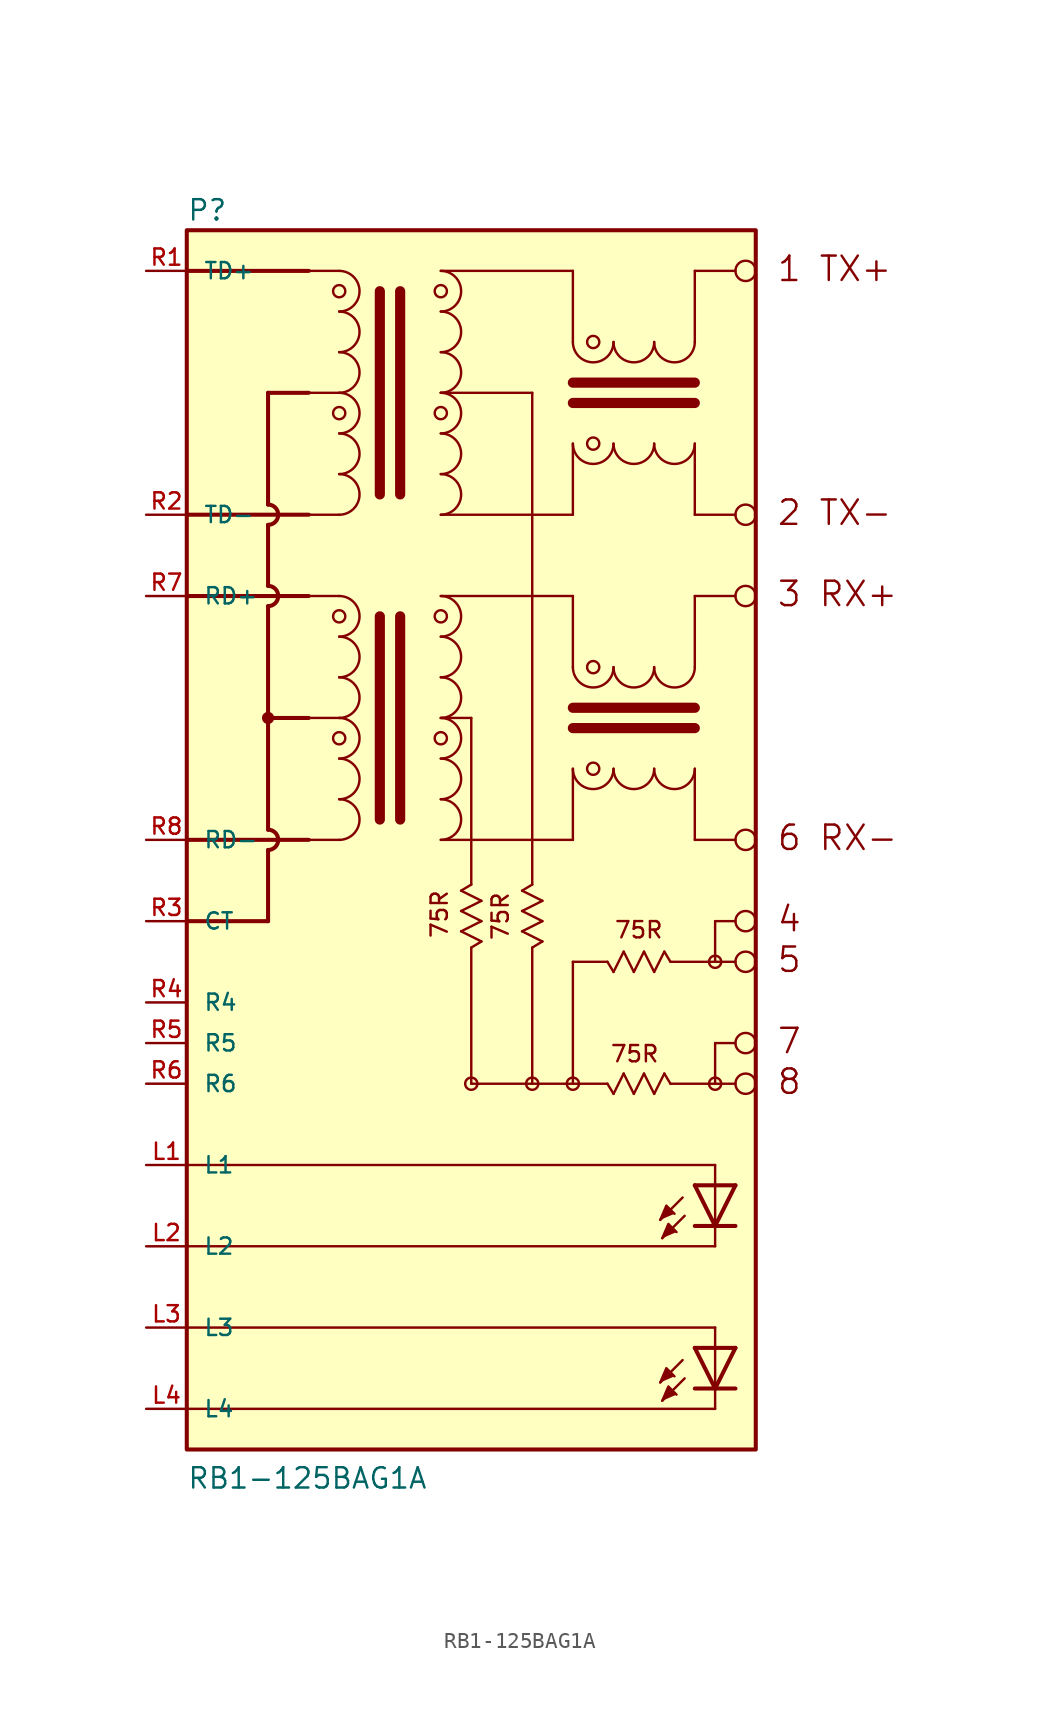
<source format=kicad_sym>
(kicad_symbol_lib
  (version 20220914)
  (generator kicad_symbol_editor)
  (symbol "RB1-125BAG1A"
    (pin_names
      (offset 1.016))
    (property "Reference" "P"
      (at -17.78 38.608 0)
      (effects (font (size 1.27 1.27)) (justify left bottom)))
    (property "Value" "RB1-125BAG1A"
      (at -17.78 -40.64 0)
      (effects (font (size 1.27 1.27)) (justify left bottom)))
    (property "ki_locked" ""
      (at 0 0 0)
      (effects (font (size 1.27 1.27))))
    (symbol "RB1-125BAG1A_0_0"
      (rectangle (start -17.78 38.1) (end 17.78 -38.1) (stroke (width 0.254) (type default)) (fill (type background)))
      (arc (start -12.7 -0.635) (mid -12.251 -0.449) (end -12.065 0) (stroke (width 0.254) (type default)) (fill (type none)))
      (circle (center -12.7 7.62) (radius 0.254) (stroke (width 0.254) (type default)) (fill (type none)))
      (arc (start -12.7 14.605) (mid -12.251 14.791) (end -12.065 15.24) (stroke (width 0.254) (type default)) (fill (type none)))
      (arc (start -12.7 19.685) (mid -12.251 19.871) (end -12.065 20.32) (stroke (width 0.254) (type default)) (fill (type none)))
      (arc (start -12.065 0) (mid -12.251 0.449) (end -12.7 0.635) (stroke (width 0.254) (type default)) (fill (type none)))
      (arc (start -12.065 15.24) (mid -12.251 15.689) (end -12.7 15.875) (stroke (width 0.254) (type default)) (fill (type none)))
      (arc (start -12.065 20.32) (mid -12.251 20.769) (end -12.7 20.955) (stroke (width 0.254) (type default)) (fill (type none)))
      (arc (start -8.255 0) (mid -6.9905 1.27) (end -8.255 2.54) (stroke (width 0.1524) (type default)) (fill (type none)))
      (arc (start -8.255 2.54) (mid -6.9905 3.81) (end -8.255 5.08) (stroke (width 0.1524) (type default)) (fill (type none)))
      (arc (start -8.255 5.08) (mid -6.9905 6.35) (end -8.255 7.62) (stroke (width 0.1524) (type default)) (fill (type none)))
      (circle (center -8.255 6.35) (radius 0.381) (stroke (width 0) (type default)) (fill (type none)))
      (arc (start -8.255 7.62) (mid -6.9905 8.89) (end -8.255 10.16) (stroke (width 0.1524) (type default)) (fill (type none)))
      (arc (start -8.255 10.16) (mid -6.9905 11.43) (end -8.255 12.7) (stroke (width 0.1524) (type default)) (fill (type none)))
      (arc (start -8.255 12.7) (mid -6.9905 13.97) (end -8.255 15.24) (stroke (width 0.1524) (type default)) (fill (type none)))
      (circle (center -8.255 13.97) (radius 0.381) (stroke (width 0) (type default)) (fill (type none)))
      (arc (start -8.255 20.32) (mid -6.9905 21.59) (end -8.255 22.86) (stroke (width 0.1524) (type default)) (fill (type none)))
      (arc (start -8.255 22.86) (mid -6.9905 24.13) (end -8.255 25.4) (stroke (width 0.1524) (type default)) (fill (type none)))
      (arc (start -8.255 25.4) (mid -6.9905 26.67) (end -8.255 27.94) (stroke (width 0.1524) (type default)) (fill (type none)))
      (circle (center -8.255 26.67) (radius 0.381) (stroke (width 0) (type default)) (fill (type none)))
      (arc (start -8.255 27.94) (mid -6.9905 29.21) (end -8.255 30.48) (stroke (width 0.1524) (type default)) (fill (type none)))
      (arc (start -8.255 30.48) (mid -6.9905 31.75) (end -8.255 33.02) (stroke (width 0.1524) (type default)) (fill (type none)))
      (arc (start -8.255 33.02) (mid -6.9905 34.29) (end -8.255 35.56) (stroke (width 0.1524) (type default)) (fill (type none)))
      (circle (center -8.255 34.29) (radius 0.381) (stroke (width 0) (type default)) (fill (type none)))
      (arc (start -1.905 0) (mid -0.6405 1.27) (end -1.905 2.54) (stroke (width 0.1524) (type default)) (fill (type none)))
      (arc (start -1.905 2.54) (mid -0.6405 3.81) (end -1.905 5.08) (stroke (width 0.1524) (type default)) (fill (type none)))
      (arc (start -1.905 5.08) (mid -0.6405 6.35) (end -1.905 7.62) (stroke (width 0.1524) (type default)) (fill (type none)))
      (circle (center -1.905 6.35) (radius 0.381) (stroke (width 0) (type default)) (fill (type none)))
      (arc (start -1.905 7.62) (mid -0.6405 8.89) (end -1.905 10.16) (stroke (width 0.1524) (type default)) (fill (type none)))
      (arc (start -1.905 10.16) (mid -0.6405 11.43) (end -1.905 12.7) (stroke (width 0.1524) (type default)) (fill (type none)))
      (arc (start -1.905 12.7) (mid -0.6405 13.97) (end -1.905 15.24) (stroke (width 0.1524) (type default)) (fill (type none)))
      (circle (center -1.905 13.97) (radius 0.381) (stroke (width 0) (type default)) (fill (type none)))
      (arc (start -1.905 20.32) (mid -0.6405 21.59) (end -1.905 22.86) (stroke (width 0.1524) (type default)) (fill (type none)))
      (arc (start -1.905 22.86) (mid -0.6405 24.13) (end -1.905 25.4) (stroke (width 0.1524) (type default)) (fill (type none)))
      (arc (start -1.905 25.4) (mid -0.6405 26.67) (end -1.905 27.94) (stroke (width 0.1524) (type default)) (fill (type none)))
      (circle (center -1.905 26.67) (radius 0.381) (stroke (width 0) (type default)) (fill (type none)))
      (arc (start -1.905 27.94) (mid -0.6405 29.21) (end -1.905 30.48) (stroke (width 0.1524) (type default)) (fill (type none)))
      (arc (start -1.905 30.48) (mid -0.6405 31.75) (end -1.905 33.02) (stroke (width 0.1524) (type default)) (fill (type none)))
      (arc (start -1.905 33.02) (mid -0.6405 34.29) (end -1.905 35.56) (stroke (width 0.1524) (type default)) (fill (type none)))
      (circle (center -1.905 34.29) (radius 0.381) (stroke (width 0) (type default)) (fill (type none)))
      (circle (center 0 -15.24) (radius 0.381) (stroke (width 0) (type default)) (fill (type none)))
      (polyline (pts (xy -17.78 -35.56) (xy 15.24 -35.56)) (stroke (width 0.152) (type default)) (fill (type none)))
      (polyline (pts (xy -17.78 -30.48) (xy 15.24 -30.48)) (stroke (width 0.152) (type default)) (fill (type none)))
      (polyline (pts (xy -17.78 -25.4) (xy 15.24 -25.4)) (stroke (width 0.152) (type default)) (fill (type none)))
      (polyline (pts (xy -17.78 -20.32) (xy 15.24 -20.32)) (stroke (width 0.152) (type default)) (fill (type none)))
      (polyline (pts (xy -17.78 0) (xy -12.065 0)) (stroke (width 0.254) (type default)) (fill (type none)))
      (polyline (pts (xy -17.78 15.24) (xy -12.065 15.24)) (stroke (width 0.254) (type default)) (fill (type none)))
      (polyline (pts (xy -17.78 20.32) (xy -12.065 20.32)) (stroke (width 0.254) (type default)) (fill (type none)))
      (polyline (pts (xy -17.78 35.56) (xy -10.16 35.56)) (stroke (width 0.254) (type default)) (fill (type none)))
      (polyline (pts (xy -12.7 -5.08) (xy -17.78 -5.08)) (stroke (width 0.254) (type default)) (fill (type none)))
      (polyline (pts (xy -12.7 -0.635) (xy -12.7 -5.08)) (stroke (width 0.254) (type default)) (fill (type none)))
      (polyline (pts (xy -12.7 14.605) (xy -12.7 0.635)) (stroke (width 0.254) (type default)) (fill (type none)))
      (polyline (pts (xy -12.7 19.685) (xy -12.7 15.875)) (stroke (width 0.254) (type default)) (fill (type none)))
      (polyline (pts (xy -12.7 27.94) (xy -12.7 20.955)) (stroke (width 0.254) (type default)) (fill (type none)))
      (polyline (pts (xy -12.065 0) (xy -10.16 0)) (stroke (width 0.254) (type default)) (fill (type none)))
      (polyline (pts (xy -12.065 15.24) (xy -10.16 15.24)) (stroke (width 0.254) (type default)) (fill (type none)))
      (polyline (pts (xy -12.065 20.32) (xy -10.16 20.32)) (stroke (width 0.254) (type default)) (fill (type none)))
      (polyline (pts (xy -10.16 0) (xy -8.255 0)) (stroke (width 0.152) (type default)) (fill (type none)))
      (polyline (pts (xy -10.16 7.62) (xy -12.7 7.62)) (stroke (width 0.254) (type default)) (fill (type none)))
      (polyline (pts (xy -10.16 7.62) (xy -8.255 7.62)) (stroke (width 0.152) (type default)) (fill (type none)))
      (polyline (pts (xy -10.16 15.24) (xy -8.255 15.24)) (stroke (width 0.152) (type default)) (fill (type none)))
      (polyline (pts (xy -10.16 20.32) (xy -8.255 20.32)) (stroke (width 0.152) (type default)) (fill (type none)))
      (polyline (pts (xy -10.16 27.94) (xy -12.7 27.94)) (stroke (width 0.254) (type default)) (fill (type none)))
      (polyline (pts (xy -10.16 27.94) (xy -8.255 27.94)) (stroke (width 0.152) (type default)) (fill (type none)))
      (polyline (pts (xy -10.16 35.56) (xy -8.255 35.56)) (stroke (width 0.152) (type default)) (fill (type none)))
      (polyline (pts (xy -5.715 13.97) (xy -5.715 1.27)) (stroke (width 0.635) (type default)) (fill (type none)))
      (polyline (pts (xy -5.715 34.29) (xy -5.715 21.59)) (stroke (width 0.635) (type default)) (fill (type none)))
      (polyline (pts (xy -4.445 13.97) (xy -4.445 1.27)) (stroke (width 0.635) (type default)) (fill (type none)))
      (polyline (pts (xy -4.445 34.29) (xy -4.445 21.59)) (stroke (width 0.635) (type default)) (fill (type none)))
      (polyline (pts (xy -1.905 7.62) (xy 0 7.62)) (stroke (width 0.152) (type default)) (fill (type none)))
      (polyline (pts (xy -1.905 15.24) (xy 6.35 15.24)) (stroke (width 0.152) (type default)) (fill (type none)))
      (polyline (pts (xy -1.905 27.94) (xy 3.81 27.94)) (stroke (width 0.152) (type default)) (fill (type none)))
      (polyline (pts (xy -1.905 35.56) (xy 6.35 35.56)) (stroke (width 0.152) (type default)) (fill (type none)))
      (polyline (pts (xy -0.635 -5.715) (xy 0.635 -6.35)) (stroke (width 0.152) (type default)) (fill (type none)))
      (polyline (pts (xy -0.635 -4.445) (xy 0.635 -5.08)) (stroke (width 0.152) (type default)) (fill (type none)))
      (polyline (pts (xy -0.635 -3.175) (xy 0.635 -3.81)) (stroke (width 0.152) (type default)) (fill (type none)))
      (polyline (pts (xy 0 -15.24) (xy 3.81 -15.24)) (stroke (width 0.152) (type default)) (fill (type none)))
      (polyline (pts (xy 0 -6.731) (xy 0 -15.24)) (stroke (width 0.152) (type default)) (fill (type none)))
      (polyline (pts (xy 0 -2.794) (xy -0.635 -3.175)) (stroke (width 0.152) (type default)) (fill (type none)))
      (polyline (pts (xy 0 7.62) (xy 0 -2.794)) (stroke (width 0.152) (type default)) (fill (type none)))
      (polyline (pts (xy 0.635 -6.35) (xy 0 -6.731)) (stroke (width 0.152) (type default)) (fill (type none)))
      (polyline (pts (xy 0.635 -5.08) (xy -0.635 -5.715)) (stroke (width 0.152) (type default)) (fill (type none)))
      (polyline (pts (xy 0.635 -3.81) (xy -0.635 -4.445)) (stroke (width 0.152) (type default)) (fill (type none)))
      (polyline (pts (xy 3.175 -5.715) (xy 4.445 -6.35)) (stroke (width 0.152) (type default)) (fill (type none)))
      (polyline (pts (xy 3.175 -4.445) (xy 4.445 -5.08)) (stroke (width 0.152) (type default)) (fill (type none)))
      (polyline (pts (xy 3.175 -3.175) (xy 4.445 -3.81)) (stroke (width 0.152) (type default)) (fill (type none)))
      (polyline (pts (xy 3.81 -15.24) (xy 6.35 -15.24)) (stroke (width 0.152) (type default)) (fill (type none)))
      (polyline (pts (xy 3.81 -6.731) (xy 3.81 -15.24)) (stroke (width 0.152) (type default)) (fill (type none)))
      (polyline (pts (xy 3.81 -2.794) (xy 3.175 -3.175)) (stroke (width 0.152) (type default)) (fill (type none)))
      (polyline (pts (xy 3.81 27.94) (xy 3.81 -2.794)) (stroke (width 0.152) (type default)) (fill (type none)))
      (polyline (pts (xy 4.445 -6.35) (xy 3.81 -6.731)) (stroke (width 0.152) (type default)) (fill (type none)))
      (polyline (pts (xy 4.445 -5.08) (xy 3.175 -5.715)) (stroke (width 0.152) (type default)) (fill (type none)))
      (polyline (pts (xy 4.445 -3.81) (xy 3.175 -4.445)) (stroke (width 0.152) (type default)) (fill (type none)))
      (polyline (pts (xy 6.35 -15.24) (xy 8.509 -15.24)) (stroke (width 0.152) (type default)) (fill (type none)))
      (polyline (pts (xy 6.35 -7.62) (xy 6.35 -15.24)) (stroke (width 0.152) (type default)) (fill (type none)))
      (polyline (pts (xy 6.35 0) (xy -1.905 0)) (stroke (width 0.152) (type default)) (fill (type none)))
      (polyline (pts (xy 6.35 0) (xy 6.35 4.445)) (stroke (width 0.152) (type default)) (fill (type none)))
      (polyline (pts (xy 6.35 6.985) (xy 13.97 6.985)) (stroke (width 0.635) (type default)) (fill (type none)))
      (polyline (pts (xy 6.35 8.255) (xy 13.97 8.255)) (stroke (width 0.635) (type default)) (fill (type none)))
      (polyline (pts (xy 6.35 15.24) (xy 6.35 10.795)) (stroke (width 0.152) (type default)) (fill (type none)))
      (polyline (pts (xy 6.35 20.32) (xy -1.905 20.32)) (stroke (width 0.152) (type default)) (fill (type none)))
      (polyline (pts (xy 6.35 20.32) (xy 6.35 24.765)) (stroke (width 0.152) (type default)) (fill (type none)))
      (polyline (pts (xy 6.35 27.305) (xy 13.97 27.305)) (stroke (width 0.635) (type default)) (fill (type none)))
      (polyline (pts (xy 6.35 28.575) (xy 13.97 28.575)) (stroke (width 0.635) (type default)) (fill (type none)))
      (polyline (pts (xy 6.35 35.56) (xy 6.35 31.115)) (stroke (width 0.152) (type default)) (fill (type none)))
      (polyline (pts (xy 8.509 -15.24) (xy 8.89 -15.875)) (stroke (width 0.152) (type default)) (fill (type none)))
      (polyline (pts (xy 8.509 -7.62) (xy 6.35 -7.62)) (stroke (width 0.152) (type default)) (fill (type none)))
      (polyline (pts (xy 8.509 -7.62) (xy 8.89 -8.255)) (stroke (width 0.152) (type default)) (fill (type none)))
      (polyline (pts (xy 8.89 -15.875) (xy 9.525 -14.605)) (stroke (width 0.152) (type default)) (fill (type none)))
      (polyline (pts (xy 8.89 -8.255) (xy 9.525 -6.985)) (stroke (width 0.152) (type default)) (fill (type none)))
      (polyline (pts (xy 9.525 -14.605) (xy 10.16 -15.875)) (stroke (width 0.152) (type default)) (fill (type none)))
      (polyline (pts (xy 9.525 -6.985) (xy 10.16 -8.255)) (stroke (width 0.152) (type default)) (fill (type none)))
      (polyline (pts (xy 10.16 -15.875) (xy 10.795 -14.605)) (stroke (width 0.152) (type default)) (fill (type none)))
      (polyline (pts (xy 10.16 -8.255) (xy 10.795 -6.985)) (stroke (width 0.152) (type default)) (fill (type none)))
      (polyline (pts (xy 10.795 -14.605) (xy 11.43 -15.875)) (stroke (width 0.152) (type default)) (fill (type none)))
      (polyline (pts (xy 10.795 -6.985) (xy 11.43 -8.255)) (stroke (width 0.152) (type default)) (fill (type none)))
      (polyline (pts (xy 11.43 -15.875) (xy 12.065 -14.605)) (stroke (width 0.152) (type default)) (fill (type none)))
      (polyline (pts (xy 11.43 -8.255) (xy 12.065 -6.985)) (stroke (width 0.152) (type default)) (fill (type none)))
      (polyline (pts (xy 12.065 -14.605) (xy 12.446 -15.24)) (stroke (width 0.152) (type default)) (fill (type none)))
      (polyline (pts (xy 12.065 -6.985) (xy 12.446 -7.62)) (stroke (width 0.152) (type default)) (fill (type none)))
      (polyline (pts (xy 12.446 -15.24) (xy 15.24 -15.24)) (stroke (width 0.152) (type default)) (fill (type none)))
      (polyline (pts (xy 13.208 -32.512) (xy 11.811 -33.909)) (stroke (width 0.152) (type default)) (fill (type none)))
      (polyline (pts (xy 13.208 -22.352) (xy 11.811 -23.749)) (stroke (width 0.152) (type default)) (fill (type none)))
      (polyline (pts (xy 13.335 -33.655) (xy 11.938 -35.052)) (stroke (width 0.152) (type default)) (fill (type none)))
      (polyline (pts (xy 13.335 -23.495) (xy 11.938 -24.892)) (stroke (width 0.152) (type default)) (fill (type none)))
      (polyline (pts (xy 13.97 0) (xy 16.51 0)) (stroke (width 0.152) (type default)) (fill (type none)))
      (polyline (pts (xy 13.97 4.445) (xy 13.97 0)) (stroke (width 0.152) (type default)) (fill (type none)))
      (polyline (pts (xy 13.97 10.795) (xy 13.97 15.24)) (stroke (width 0.152) (type default)) (fill (type none)))
      (polyline (pts (xy 13.97 15.24) (xy 16.51 15.24)) (stroke (width 0.152) (type default)) (fill (type none)))
      (polyline (pts (xy 13.97 20.32) (xy 16.51 20.32)) (stroke (width 0.152) (type default)) (fill (type none)))
      (polyline (pts (xy 13.97 24.765) (xy 13.97 20.32)) (stroke (width 0.152) (type default)) (fill (type none)))
      (polyline (pts (xy 13.97 31.115) (xy 13.97 35.56)) (stroke (width 0.152) (type default)) (fill (type none)))
      (polyline (pts (xy 13.97 35.56) (xy 16.51 35.56)) (stroke (width 0.152) (type default)) (fill (type none)))
      (polyline (pts (xy 15.24 -35.56) (xy 15.24 -34.29)) (stroke (width 0.152) (type default)) (fill (type none)))
      (polyline (pts (xy 15.24 -34.29) (xy 13.97 -34.29)) (stroke (width 0.254) (type default)) (fill (type none)))
      (polyline (pts (xy 15.24 -34.29) (xy 13.97 -31.75)) (stroke (width 0.254) (type default)) (fill (type none)))
      (polyline (pts (xy 15.24 -31.75) (xy 13.97 -31.75)) (stroke (width 0.254) (type default)) (fill (type none)))
      (polyline (pts (xy 15.24 -31.75) (xy 15.24 -34.29)) (stroke (width 0.152) (type default)) (fill (type none)))
      (polyline (pts (xy 15.24 -30.48) (xy 15.24 -31.75)) (stroke (width 0.152) (type default)) (fill (type none)))
      (polyline (pts (xy 15.24 -25.4) (xy 15.24 -24.13)) (stroke (width 0.152) (type default)) (fill (type none)))
      (polyline (pts (xy 15.24 -24.13) (xy 13.97 -24.13)) (stroke (width 0.254) (type default)) (fill (type none)))
      (polyline (pts (xy 15.24 -24.13) (xy 13.97 -21.59)) (stroke (width 0.254) (type default)) (fill (type none)))
      (polyline (pts (xy 15.24 -21.59) (xy 13.97 -21.59)) (stroke (width 0.254) (type default)) (fill (type none)))
      (polyline (pts (xy 15.24 -21.59) (xy 15.24 -24.13)) (stroke (width 0.152) (type default)) (fill (type none)))
      (polyline (pts (xy 15.24 -20.32) (xy 15.24 -21.59)) (stroke (width 0.152) (type default)) (fill (type none)))
      (polyline (pts (xy 15.24 -15.24) (xy 16.51 -15.24)) (stroke (width 0.152) (type default)) (fill (type none)))
      (polyline (pts (xy 15.24 -12.7) (xy 15.24 -15.24)) (stroke (width 0.152) (type default)) (fill (type none)))
      (polyline (pts (xy 15.24 -7.62) (xy 12.446 -7.62)) (stroke (width 0.152) (type default)) (fill (type none)))
      (polyline (pts (xy 15.24 -7.62) (xy 16.51 -7.62)) (stroke (width 0.152) (type default)) (fill (type none)))
      (polyline (pts (xy 15.24 -5.08) (xy 15.24 -7.62)) (stroke (width 0.152) (type default)) (fill (type none)))
      (polyline (pts (xy 16.51 -34.29) (xy 15.24 -34.29)) (stroke (width 0.254) (type default)) (fill (type none)))
      (polyline (pts (xy 16.51 -31.75) (xy 15.24 -34.29)) (stroke (width 0.254) (type default)) (fill (type none)))
      (polyline (pts (xy 16.51 -31.75) (xy 15.24 -31.75)) (stroke (width 0.254) (type default)) (fill (type none)))
      (polyline (pts (xy 16.51 -24.13) (xy 15.24 -24.13)) (stroke (width 0.254) (type default)) (fill (type none)))
      (polyline (pts (xy 16.51 -21.59) (xy 15.24 -24.13)) (stroke (width 0.254) (type default)) (fill (type none)))
      (polyline (pts (xy 16.51 -21.59) (xy 15.24 -21.59)) (stroke (width 0.254) (type default)) (fill (type none)))
      (polyline (pts (xy 16.51 -12.7) (xy 15.24 -12.7)) (stroke (width 0.152) (type default)) (fill (type none)))
      (polyline (pts (xy 16.51 -5.08) (xy 15.24 -5.08)) (stroke (width 0.152) (type default)) (fill (type none)))
      (polyline (pts (xy 11.811 -33.909) (xy 12.192 -33.02) (xy 12.7 -33.528)) (stroke (width 0.152) (type default)) (fill (type outline)))
      (polyline (pts (xy 11.811 -23.749) (xy 12.192 -22.86) (xy 12.7 -23.368)) (stroke (width 0.152) (type default)) (fill (type outline)))
      (polyline (pts (xy 11.938 -35.052) (xy 12.319 -34.163) (xy 12.827 -34.671)) (stroke (width 0.152) (type default)) (fill (type outline)))
      (polyline (pts (xy 11.938 -24.892) (xy 12.319 -24.003) (xy 12.827 -24.511)) (stroke (width 0.152) (type default)) (fill (type outline)))
      (circle (center 3.81 -15.24) (radius 0.381) (stroke (width 0) (type default)) (fill (type none)))
      (circle (center 6.35 -15.24) (radius 0.381) (stroke (width 0) (type default)) (fill (type none)))
      (arc (start 6.35 4.445) (mid 7.62 3.1805) (end 8.89 4.445) (stroke (width 0.1524) (type default)) (fill (type none)))
      (arc (start 6.35 10.795) (mid 7.62 9.5305) (end 8.89 10.795) (stroke (width 0.1524) (type default)) (fill (type none)))
      (arc (start 6.35 24.765) (mid 7.62 23.5005) (end 8.89 24.765) (stroke (width 0.1524) (type default)) (fill (type none)))
      (arc (start 6.35 31.115) (mid 7.62 29.8505) (end 8.89 31.115) (stroke (width 0.1524) (type default)) (fill (type none)))
      (circle (center 7.62 4.445) (radius 0.381) (stroke (width 0) (type default)) (fill (type none)))
      (circle (center 7.62 10.795) (radius 0.381) (stroke (width 0) (type default)) (fill (type none)))
      (circle (center 7.62 24.765) (radius 0.381) (stroke (width 0) (type default)) (fill (type none)))
      (circle (center 7.62 31.115) (radius 0.381) (stroke (width 0) (type default)) (fill (type none)))
      (arc (start 8.89 4.445) (mid 10.16 3.1805) (end 11.43 4.445) (stroke (width 0.1524) (type default)) (fill (type none)))
      (arc (start 8.89 10.795) (mid 10.16 9.5305) (end 11.43 10.795) (stroke (width 0.1524) (type default)) (fill (type none)))
      (arc (start 8.89 24.765) (mid 10.16 23.5005) (end 11.43 24.765) (stroke (width 0.1524) (type default)) (fill (type none)))
      (arc (start 8.89 31.115) (mid 10.16 29.8505) (end 11.43 31.115) (stroke (width 0.1524) (type default)) (fill (type none)))
      (arc (start 11.43 4.445) (mid 12.7 3.1805) (end 13.97 4.445) (stroke (width 0.1524) (type default)) (fill (type none)))
      (arc (start 11.43 10.795) (mid 12.7 9.5305) (end 13.97 10.795) (stroke (width 0.1524) (type default)) (fill (type none)))
      (arc (start 11.43 24.765) (mid 12.7 23.5005) (end 13.97 24.765) (stroke (width 0.1524) (type default)) (fill (type none)))
      (arc (start 11.43 31.115) (mid 12.7 29.8505) (end 13.97 31.115) (stroke (width 0.1524) (type default)) (fill (type none)))
      (circle (center 15.24 -15.24) (radius 0.381) (stroke (width 0) (type default)) (fill (type none)))
      (circle (center 15.24 -7.62) (radius 0.381) (stroke (width 0) (type default)) (fill (type none)))
      (circle (center 17.145 -15.24) (radius 0.635) (stroke (width 0.152) (type default)) (fill (type none)))
      (circle (center 17.145 -12.7) (radius 0.635) (stroke (width 0.152) (type default)) (fill (type none)))
      (circle (center 17.145 -7.62) (radius 0.635) (stroke (width 0.152) (type default)) (fill (type none)))
      (circle (center 17.145 -5.08) (radius 0.635) (stroke (width 0.152) (type default)) (fill (type none)))
      (circle (center 17.145 0) (radius 0.635) (stroke (width 0.152) (type default)) (fill (type none)))
      (circle (center 17.145 15.24) (radius 0.635) (stroke (width 0.152) (type default)) (fill (type none)))
      (circle (center 17.145 20.32) (radius 0.635) (stroke (width 0.152) (type default)) (fill (type none)))
      (circle (center 17.145 35.56) (radius 0.635) (stroke (width 0.152) (type default)) (fill (type none)))
      (text "1 TX+" (at 19.05 34.798 0) (effects (font (size 1.524 1.524)) (justify left bottom)))
      (text "2 TX-" (at 19.05 19.558 0) (effects (font (size 1.524 1.524)) (justify left bottom)))
      (text "3 RX+" (at 19.05 14.478 0) (effects (font (size 1.524 1.524)) (justify left bottom)))
      (text "4" (at 19.05 -5.842 0) (effects (font (size 1.524 1.524)) (justify left bottom)))
      (text "5" (at 19.05 -8.382 0) (effects (font (size 1.524 1.524)) (justify left bottom)))
      (text "6 RX-" (at 19.05 -0.762 0) (effects (font (size 1.524 1.524)) (justify left bottom)))
      (text "7" (at 19.05 -13.462 0) (effects (font (size 1.524 1.524)) (justify left bottom)))
      (text "75R" (at -1.397 -6.223 900) (effects (font (size 1.016 1.016)) (justify left bottom)))
      (text "75R" (at 2.413 -6.35 900) (effects (font (size 1.016 1.016)) (justify left bottom)))
      (text "75R" (at 8.636 -13.97 0) (effects (font (size 1.016 1.016)) (justify left bottom)))
      (text "75R" (at 8.89 -6.223 0) (effects (font (size 1.016 1.016)) (justify left bottom)))
      (text "8" (at 19.05 -16.002 0) (effects (font (size 1.524 1.524)) (justify left bottom)))
      (pin passive line (at -20.32 -20.32 0) (length 2.54) (name "L1" (effects (font (size 1.016 1.016)))) (number "L1" (effects (font (size 1.016 1.016)))))
      (pin passive line (at -20.32 -25.4 0) (length 2.54) (name "L2" (effects (font (size 1.016 1.016)))) (number "L2" (effects (font (size 1.016 1.016)))))
      (pin passive line (at -20.32 -30.48 0) (length 2.54) (name "L3" (effects (font (size 1.016 1.016)))) (number "L3" (effects (font (size 1.016 1.016)))))
      (pin passive line (at -20.32 -35.56 0) (length 2.54) (name "L4" (effects (font (size 1.016 1.016)))) (number "L4" (effects (font (size 1.016 1.016)))))
      (pin input line (at -20.32 35.56 0) (length 2.54) (name "TD+" (effects (font (size 1.016 1.016)))) (number "R1" (effects (font (size 1.016 1.016)))))
      (pin input line (at -20.32 20.32 0) (length 2.54) (name "TD-" (effects (font (size 1.016 1.016)))) (number "R2" (effects (font (size 1.016 1.016)))))
      (pin input line (at -20.32 -5.08 0) (length 2.54) (name "CT" (effects (font (size 1.016 1.016)))) (number "R3" (effects (font (size 1.016 1.016)))))
      (pin input line (at -20.32 -10.16 0) (length 2.54) (name "R4" (effects (font (size 1.016 1.016)))) (number "R4" (effects (font (size 1.016 1.016)))))
      (pin input line (at -20.32 -12.7 0) (length 2.54) (name "R5" (effects (font (size 1.016 1.016)))) (number "R5" (effects (font (size 1.016 1.016)))))
      (pin input line (at -20.32 -15.24 0) (length 2.54) (name "R6" (effects (font (size 1.016 1.016)))) (number "R6" (effects (font (size 1.016 1.016)))))
      (pin input line (at -20.32 15.24 0) (length 2.54) (name "RD+" (effects (font (size 1.016 1.016)))) (number "R7" (effects (font (size 1.016 1.016)))))
      (pin input line (at -20.32 0 0) (length 2.54) (name "RD-" (effects (font (size 1.016 1.016)))) (number "R8" (effects (font (size 1.016 1.016))))))))
</source>
